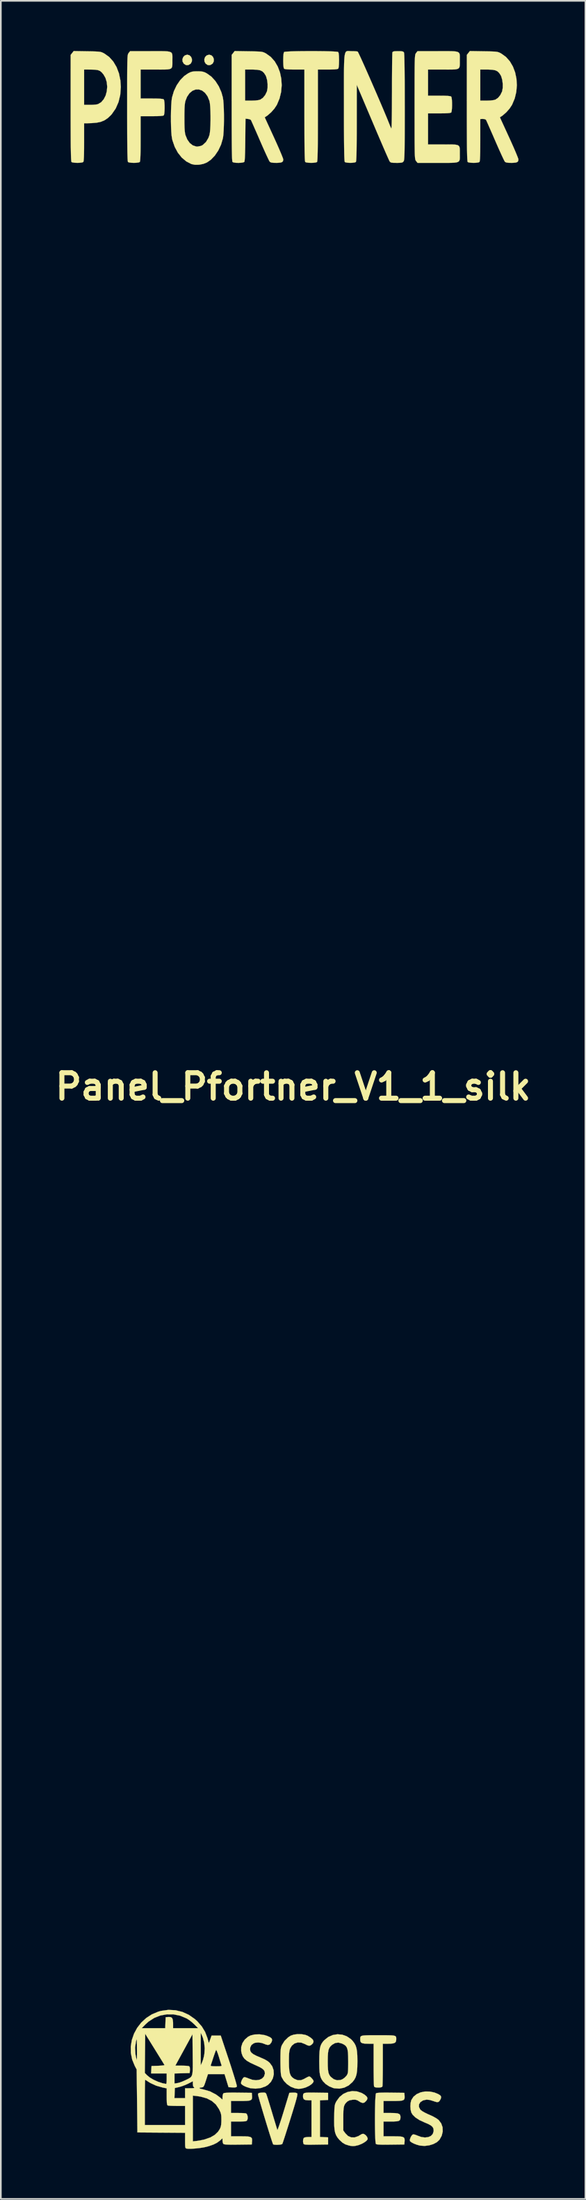
<source format=kicad_pcb>
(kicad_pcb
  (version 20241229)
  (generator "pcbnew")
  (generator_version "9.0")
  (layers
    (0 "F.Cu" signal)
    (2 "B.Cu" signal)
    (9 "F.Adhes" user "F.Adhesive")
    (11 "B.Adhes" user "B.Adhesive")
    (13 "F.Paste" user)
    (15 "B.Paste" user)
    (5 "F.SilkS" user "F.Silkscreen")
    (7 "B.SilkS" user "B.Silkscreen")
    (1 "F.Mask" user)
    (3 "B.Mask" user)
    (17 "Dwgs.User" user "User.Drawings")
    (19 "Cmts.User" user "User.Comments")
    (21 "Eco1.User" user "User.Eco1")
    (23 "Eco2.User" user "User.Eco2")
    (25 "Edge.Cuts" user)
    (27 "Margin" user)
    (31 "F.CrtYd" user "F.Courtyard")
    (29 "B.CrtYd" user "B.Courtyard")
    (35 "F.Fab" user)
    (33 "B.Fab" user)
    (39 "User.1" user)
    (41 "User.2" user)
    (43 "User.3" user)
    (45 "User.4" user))
  (footprint "Panel_Pfortner_V1_1_silk"
    (layer "F.Cu")
    (at 14.522 62.033)
    (property "Reference" "Panel_Pfortner_V1_1_silk" (at 0 0 0) (layer "F.SilkS") (effects (font (size 1.524 1.524) (thickness 0.3))))
    (attr through_hole)
    (fp_poly (pts (xy -6.213 -61.77) (xy -6.118 -61.677) (xy -6.067 -61.55) (xy -6.068 -61.413) (xy -6.129 -61.288) (xy -6.152 -61.264) (xy -6.286 -61.185) (xy -6.425 -61.186) (xy -6.552 -61.267) (xy -6.554 -61.27) (xy -6.628 -61.399) (xy -6.636 -61.539) (xy -6.587 -61.669) (xy -6.491 -61.765) (xy -6.356 -61.806) (xy -6.344 -61.807) (xy -6.213 -61.77)) (stroke (width 0.01) (type solid)) (fill yes) (layer "F.SilkS"))
    (fp_poly (pts (xy -4.901 -61.77) (xy -4.806 -61.677) (xy -4.755 -61.55) (xy -4.756 -61.413) (xy -4.817 -61.288) (xy -4.839 -61.264) (xy -4.974 -61.185) (xy -5.113 -61.186) (xy -5.24 -61.267) (xy -5.242 -61.27) (xy -5.315 -61.399) (xy -5.323 -61.539) (xy -5.275 -61.669) (xy -5.179 -61.765) (xy -5.044 -61.806) (xy -5.032 -61.807) (xy -4.901 -61.77)) (stroke (width 0.01) (type solid)) (fill yes) (layer "F.SilkS"))
    (fp_poly (pts (xy 1.259 60.248) (xy 1.379 60.25) (xy 2.095 60.261) (xy 2.095 60.685) (xy 1.852 60.698) (xy 1.609 60.71) (xy 1.609 62.903) (xy 1.852 62.916) (xy 2.095 62.928) (xy 2.095 63.352) (xy 1.37 63.363) (xy 1.103 63.367) (xy 0.908 63.367) (xy 0.775 63.362) (xy 0.69 63.352) (xy 0.643 63.336) (xy 0.621 63.312) (xy 0.619 63.307) (xy 0.594 63.183) (xy 0.602 63.055) (xy 0.638 62.964) (xy 0.643 62.958) (xy 0.714 62.928) (xy 0.833 62.91) (xy 0.897 62.907) (xy 1.101 62.907) (xy 1.101 60.706) (xy 0.897 60.706) (xy 0.735 60.692) (xy 0.639 60.642) (xy 0.598 60.547) (xy 0.593 60.475) (xy 0.596 60.392) (xy 0.61 60.331) (xy 0.648 60.289) (xy 0.72 60.263) (xy 0.839 60.25) (xy 1.014 60.246) (xy 1.259 60.248)) (stroke (width 0.01) (type solid)) (fill yes) (layer "F.SilkS"))
    (fp_poly (pts (xy 5.033 56.811) (xy 5.101 56.811) (xy 5.431 56.811) (xy 5.686 56.813) (xy 5.875 56.818) (xy 6.009 56.829) (xy 6.097 56.849) (xy 6.148 56.879) (xy 6.173 56.922) (xy 6.181 56.981) (xy 6.181 57.056) (xy 6.181 57.066) (xy 6.165 57.179) (xy 6.11 57.255) (xy 6.003 57.298) (xy 5.831 57.317) (xy 5.712 57.319) (xy 5.376 57.319) (xy 5.376 58.565) (xy 5.375 58.884) (xy 5.373 59.177) (xy 5.369 59.433) (xy 5.365 59.642) (xy 5.359 59.791) (xy 5.352 59.869) (xy 5.351 59.877) (xy 5.307 59.92) (xy 5.208 59.94) (xy 5.101 59.944) (xy 4.955 59.936) (xy 4.876 59.909) (xy 4.852 59.877) (xy 4.845 59.819) (xy 4.839 59.687) (xy 4.834 59.494) (xy 4.83 59.249) (xy 4.827 58.964) (xy 4.826 58.651) (xy 4.826 58.565) (xy 4.826 57.319) (xy 4.506 57.319) (xy 4.293 57.313) (xy 4.151 57.289) (xy 4.067 57.242) (xy 4.029 57.166) (xy 4.022 57.088) (xy 4.021 57.004) (xy 4.027 56.938) (xy 4.047 56.89) (xy 4.093 56.855) (xy 4.173 56.833) (xy 4.298 56.82) (xy 4.476 56.813) (xy 4.718 56.811) (xy 5.033 56.811)) (stroke (width 0.01) (type solid)) (fill yes) (layer "F.SilkS"))
    (fp_poly (pts (xy 5.847 60.25) (xy 6.668 60.261) (xy 6.681 60.45) (xy 6.683 60.559) (xy 6.665 60.638) (xy 6.615 60.691) (xy 6.522 60.724) (xy 6.375 60.741) (xy 6.161 60.748) (xy 5.982 60.748) (xy 5.419 60.748) (xy 5.419 61.468) (xy 5.86 61.468) (xy 6.095 61.473) (xy 6.257 61.491) (xy 6.359 61.528) (xy 6.414 61.588) (xy 6.434 61.677) (xy 6.435 61.707) (xy 6.428 61.817) (xy 6.4 61.892) (xy 6.336 61.939) (xy 6.224 61.965) (xy 6.051 61.975) (xy 5.883 61.976) (xy 5.419 61.976) (xy 5.419 62.865) (xy 5.982 62.865) (xy 6.244 62.867) (xy 6.434 62.877) (xy 6.561 62.899) (xy 6.637 62.939) (xy 6.675 63) (xy 6.684 63.089) (xy 6.681 63.163) (xy 6.668 63.352) (xy 5.841 63.363) (xy 5.528 63.366) (xy 5.292 63.364) (xy 5.125 63.357) (xy 5.019 63.345) (xy 4.966 63.326) (xy 4.962 63.323) (xy 4.947 63.266) (xy 4.933 63.137) (xy 4.923 62.947) (xy 4.915 62.709) (xy 4.909 62.434) (xy 4.906 62.135) (xy 4.905 61.823) (xy 4.907 61.51) (xy 4.911 61.209) (xy 4.918 60.931) (xy 4.926 60.688) (xy 4.938 60.492) (xy 4.951 60.356) (xy 4.967 60.29) (xy 4.969 60.287) (xy 5.028 60.268) (xy 5.156 60.256) (xy 5.357 60.249) (xy 5.635 60.248) (xy 5.847 60.25)) (stroke (width 0.01) (type solid)) (fill yes) (layer "F.SilkS"))
    (fp_poly (pts (xy -1.666 60.261) (xy -1.624 60.302) (xy -1.609 60.333) (xy -1.585 60.4) (xy -1.541 60.536) (xy -1.481 60.727) (xy -1.409 60.963) (xy -1.327 61.23) (xy -1.268 61.426) (xy -1.185 61.704) (xy -1.108 61.958) (xy -1.042 62.175) (xy -0.991 62.344) (xy -0.958 62.451) (xy -0.947 62.484) (xy -0.929 62.462) (xy -0.891 62.368) (xy -0.835 62.212) (xy -0.765 62.003) (xy -0.683 61.752) (xy -0.594 61.466) (xy -0.575 61.404) (xy -0.227 60.261) (xy -0.015 60.249) (xy 0.151 60.253) (xy 0.242 60.29) (xy 0.247 60.296) (xy 0.255 60.329) (xy 0.249 60.396) (xy 0.227 60.505) (xy 0.187 60.663) (xy 0.127 60.875) (xy 0.045 61.149) (xy -0.06 61.491) (xy -0.16 61.811) (xy -0.266 62.148) (xy -0.365 62.46) (xy -0.454 62.738) (xy -0.53 62.973) (xy -0.59 63.154) (xy -0.631 63.273) (xy -0.649 63.32) (xy -0.705 63.347) (xy -0.814 63.365) (xy -0.948 63.373) (xy -1.077 63.371) (xy -1.171 63.357) (xy -1.2 63.341) (xy -1.224 63.282) (xy -1.269 63.154) (xy -1.329 62.968) (xy -1.403 62.737) (xy -1.486 62.47) (xy -1.576 62.18) (xy -1.668 61.877) (xy -1.76 61.574) (xy -1.848 61.28) (xy -1.928 61.007) (xy -1.998 60.768) (xy -2.053 60.572) (xy -2.091 60.431) (xy -2.107 60.356) (xy -2.108 60.348) (xy -2.087 60.296) (xy -2.029 60.266) (xy -1.913 60.251) (xy -1.873 60.249) (xy -1.74 60.245) (xy -1.666 60.261)) (stroke (width 0.01) (type solid)) (fill yes) (layer "F.SilkS"))
    (fp_poly (pts (xy 1.3 -62.022) (xy 1.616 -62.019) (xy 1.913 -62.015) (xy 2.178 -62.008) (xy 2.402 -62) (xy 2.571 -61.989) (xy 2.674 -61.977) (xy 2.701 -61.968) (xy 2.728 -61.895) (xy 2.745 -61.742) (xy 2.752 -61.513) (xy 2.752 -61.468) (xy 2.746 -61.227) (xy 2.731 -61.061) (xy 2.706 -60.975) (xy 2.701 -60.968) (xy 2.636 -60.945) (xy 2.496 -60.928) (xy 2.277 -60.92) (xy 2.066 -60.918) (xy 1.482 -60.918) (xy 1.482 -58.174) (xy 1.481 -57.59) (xy 1.48 -57.086) (xy 1.478 -56.657) (xy 1.475 -56.299) (xy 1.471 -56.007) (xy 1.465 -55.777) (xy 1.459 -55.604) (xy 1.451 -55.483) (xy 1.441 -55.41) (xy 1.431 -55.38) (xy 1.361 -55.353) (xy 1.227 -55.335) (xy 1.079 -55.33) (xy 0.909 -55.337) (xy 0.783 -55.356) (xy 0.728 -55.38) (xy 0.717 -55.412) (xy 0.708 -55.487) (xy 0.7 -55.61) (xy 0.694 -55.786) (xy 0.688 -56.019) (xy 0.684 -56.313) (xy 0.681 -56.674) (xy 0.679 -57.106) (xy 0.678 -57.614) (xy 0.677 -58.174) (xy 0.677 -60.918) (xy 0.093 -60.918) (xy -0.185 -60.921) (xy -0.383 -60.932) (xy -0.502 -60.95) (xy -0.542 -60.968) (xy -0.569 -61.041) (xy -0.586 -61.194) (xy -0.593 -61.423) (xy -0.593 -61.468) (xy -0.587 -61.709) (xy -0.572 -61.875) (xy -0.547 -61.961) (xy -0.542 -61.968) (xy -0.487 -61.981) (xy -0.358 -61.993) (xy -0.168 -62.003) (xy 0.072 -62.011) (xy 0.35 -62.017) (xy 0.655 -62.02) (xy 0.975 -62.022) (xy 1.3 -62.022)) (stroke (width 0.01) (type solid)) (fill yes) (layer "F.SilkS"))
    (fp_poly (pts (xy 3.836 60.177) (xy 4.115 60.272) (xy 4.279 60.369) (xy 4.404 60.476) (xy 4.455 60.569) (xy 4.433 60.666) (xy 4.378 60.745) (xy 4.276 60.841) (xy 4.175 60.868) (xy 4.053 60.829) (xy 3.949 60.766) (xy 3.833 60.698) (xy 3.722 60.671) (xy 3.574 60.673) (xy 3.566 60.674) (xy 3.387 60.706) (xy 3.259 60.773) (xy 3.234 60.794) (xy 3.154 60.875) (xy 3.095 60.957) (xy 3.054 61.053) (xy 3.028 61.178) (xy 3.013 61.347) (xy 3.007 61.574) (xy 3.006 61.819) (xy 3.006 62.514) (xy 3.13 62.685) (xy 3.29 62.845) (xy 3.479 62.927) (xy 3.687 62.931) (xy 3.906 62.855) (xy 4.003 62.797) (xy 4.115 62.731) (xy 4.196 62.714) (xy 4.259 62.733) (xy 4.361 62.806) (xy 4.437 62.907) (xy 4.47 63.008) (xy 4.464 63.046) (xy 4.399 63.129) (xy 4.276 63.223) (xy 4.118 63.311) (xy 3.949 63.381) (xy 3.884 63.401) (xy 3.712 63.44) (xy 3.576 63.45) (xy 3.435 63.434) (xy 3.332 63.411) (xy 3.129 63.346) (xy 2.958 63.245) (xy 2.789 63.09) (xy 2.762 63.062) (xy 2.656 62.933) (xy 2.576 62.8) (xy 2.519 62.647) (xy 2.483 62.462) (xy 2.464 62.23) (xy 2.459 61.937) (xy 2.462 61.686) (xy 2.468 61.425) (xy 2.475 61.233) (xy 2.486 61.093) (xy 2.502 60.991) (xy 2.526 60.908) (xy 2.561 60.831) (xy 2.602 60.756) (xy 2.782 60.51) (xy 3.009 60.325) (xy 3.27 60.207) (xy 3.55 60.156) (xy 3.836 60.177)) (stroke (width 0.01) (type solid)) (fill yes) (layer "F.SilkS"))
    (fp_poly (pts (xy 0.509 56.75) (xy 0.731 56.789) (xy 0.868 56.843) (xy 1.065 56.966) (xy 1.183 57.077) (xy 1.224 57.18) (xy 1.192 57.283) (xy 1.13 57.354) (xy 1.039 57.422) (xy 0.95 57.44) (xy 0.838 57.406) (xy 0.713 57.341) (xy 0.491 57.254) (xy 0.277 57.242) (xy 0.083 57.304) (xy -0.076 57.434) (xy -0.171 57.585) (xy -0.204 57.672) (xy -0.227 57.771) (xy -0.242 57.901) (xy -0.25 58.077) (xy -0.253 58.318) (xy -0.253 58.375) (xy -0.249 58.682) (xy -0.231 58.918) (xy -0.196 59.096) (xy -0.141 59.229) (xy -0.06 59.33) (xy 0.051 59.411) (xy 0.08 59.428) (xy 0.277 59.507) (xy 0.462 59.506) (xy 0.635 59.439) (xy 0.794 59.351) (xy 0.897 59.299) (xy 0.963 59.28) (xy 1.011 59.292) (xy 1.059 59.332) (xy 1.101 59.373) (xy 1.182 59.467) (xy 1.225 59.551) (xy 1.228 59.568) (xy 1.19 59.654) (xy 1.091 59.752) (xy 0.948 59.847) (xy 0.78 59.927) (xy 0.681 59.961) (xy 0.483 60.008) (xy 0.325 60.021) (xy 0.167 60.003) (xy 0.102 59.989) (xy -0.144 59.893) (xy -0.37 59.738) (xy -0.558 59.542) (xy -0.688 59.321) (xy -0.718 59.234) (xy -0.732 59.14) (xy -0.745 58.978) (xy -0.754 58.768) (xy -0.76 58.526) (xy -0.761 58.335) (xy -0.76 58.059) (xy -0.755 57.853) (xy -0.747 57.701) (xy -0.733 57.588) (xy -0.711 57.5) (xy -0.681 57.421) (xy -0.674 57.404) (xy -0.514 57.147) (xy -0.295 56.934) (xy -0.148 56.84) (xy 0.038 56.775) (xy 0.268 56.745) (xy 0.509 56.75)) (stroke (width 0.01) (type solid)) (fill yes) (layer "F.SilkS"))
    (fp_poly (pts (xy -1.72 56.801) (xy -1.556 56.852) (xy -1.384 56.929) (xy -1.287 57.006) (xy -1.259 57.095) (xy -1.29 57.209) (xy -1.304 57.239) (xy -1.393 57.356) (xy -1.507 57.396) (xy -1.654 57.36) (xy -1.693 57.341) (xy -1.883 57.272) (xy -2.088 57.245) (xy -2.275 57.262) (xy -2.362 57.294) (xy -2.502 57.398) (xy -2.571 57.539) (xy -2.582 57.657) (xy -2.564 57.763) (xy -2.501 57.856) (xy -2.385 57.947) (xy -2.206 58.041) (xy -1.973 58.14) (xy -1.72 58.251) (xy -1.533 58.358) (xy -1.404 58.465) (xy -1.252 58.672) (xy -1.172 58.904) (xy -1.159 59.146) (xy -1.213 59.384) (xy -1.329 59.6) (xy -1.505 59.781) (xy -1.657 59.875) (xy -1.942 59.973) (xy -2.253 60.01) (xy -2.556 59.983) (xy -2.603 59.972) (xy -2.808 59.907) (xy -2.974 59.831) (xy -3.085 59.753) (xy -3.12 59.705) (xy -3.118 59.619) (xy -3.078 59.504) (xy -3.017 59.396) (xy -2.952 59.329) (xy -2.943 59.325) (xy -2.871 59.328) (xy -2.757 59.364) (xy -2.688 59.394) (xy -2.453 59.479) (xy -2.229 59.507) (xy -2.029 59.482) (xy -1.865 59.407) (xy -1.75 59.288) (xy -1.696 59.126) (xy -1.693 59.078) (xy -1.709 58.976) (xy -1.764 58.885) (xy -1.868 58.798) (xy -2.033 58.705) (xy -2.267 58.597) (xy -2.283 58.591) (xy -2.562 58.462) (xy -2.77 58.341) (xy -2.919 58.215) (xy -3.019 58.074) (xy -3.083 57.906) (xy -3.114 57.759) (xy -3.112 57.516) (xy -3.037 57.28) (xy -2.898 57.071) (xy -2.706 56.905) (xy -2.548 56.824) (xy -2.297 56.765) (xy -2.011 56.757) (xy -1.72 56.801)) (stroke (width 0.01) (type solid)) (fill yes) (layer "F.SilkS"))
    (fp_poly (pts (xy -12.345 -62.011) (xy -12.064 -62.006) (xy -11.854 -62) (xy -11.699 -61.992) (xy -11.587 -61.98) (xy -11.501 -61.961) (xy -11.429 -61.934) (xy -11.355 -61.897) (xy -11.309 -61.872) (xy -11.023 -61.666) (xy -10.78 -61.394) (xy -10.585 -61.065) (xy -10.442 -60.688) (xy -10.356 -60.271) (xy -10.33 -59.877) (xy -10.364 -59.405) (xy -10.467 -58.973) (xy -10.636 -58.586) (xy -10.869 -58.25) (xy -10.932 -58.18) (xy -11.116 -58.007) (xy -11.306 -57.88) (xy -11.519 -57.791) (xy -11.771 -57.736) (xy -12.079 -57.709) (xy -12.287 -57.703) (xy -12.531 -57.7) (xy -12.531 -56.566) (xy -12.532 -56.192) (xy -12.536 -55.897) (xy -12.542 -55.675) (xy -12.552 -55.519) (xy -12.565 -55.422) (xy -12.581 -55.38) (xy -12.652 -55.353) (xy -12.785 -55.335) (xy -12.933 -55.33) (xy -13.104 -55.337) (xy -13.229 -55.356) (xy -13.284 -55.38) (xy -13.294 -55.411) (xy -13.303 -55.484) (xy -13.311 -55.603) (xy -13.317 -55.773) (xy -13.322 -55.999) (xy -13.327 -56.284) (xy -13.33 -56.634) (xy -13.332 -57.051) (xy -13.334 -57.541) (xy -13.335 -58.108) (xy -13.335 -58.613) (xy -13.335 -58.801) (xy -12.531 -58.801) (xy -12.174 -58.801) (xy -11.992 -58.806) (xy -11.829 -58.82) (xy -11.715 -58.841) (xy -11.697 -58.846) (xy -11.506 -58.961) (xy -11.353 -59.139) (xy -11.239 -59.362) (xy -11.169 -59.617) (xy -11.145 -59.887) (xy -11.171 -60.158) (xy -11.248 -60.414) (xy -11.364 -60.618) (xy -11.47 -60.747) (xy -11.577 -60.833) (xy -11.704 -60.885) (xy -11.873 -60.91) (xy -12.104 -60.917) (xy -12.118 -60.917) (xy -12.531 -60.918) (xy -12.531 -58.801) (xy -13.335 -58.801) (xy -13.335 -61.795) (xy -13.245 -61.91) (xy -13.155 -62.025) (xy -12.345 -62.011)) (stroke (width 0.01) (type solid)) (fill yes) (layer "F.SilkS"))
    (fp_poly (pts (xy 8.187 60.183) (xy 8.474 60.243) (xy 8.691 60.332) (xy 8.819 60.411) (xy 8.872 60.49) (xy 8.86 60.589) (xy 8.827 60.662) (xy 8.763 60.764) (xy 8.691 60.812) (xy 8.59 60.811) (xy 8.438 60.765) (xy 8.404 60.752) (xy 8.179 60.684) (xy 7.994 60.668) (xy 7.822 60.704) (xy 7.77 60.724) (xy 7.623 60.822) (xy 7.546 60.954) (xy 7.542 61.103) (xy 7.614 61.252) (xy 7.652 61.294) (xy 7.741 61.36) (xy 7.886 61.443) (xy 8.063 61.53) (xy 8.168 61.575) (xy 8.397 61.681) (xy 8.59 61.789) (xy 8.722 61.889) (xy 8.724 61.89) (xy 8.876 62.09) (xy 8.958 62.323) (xy 8.968 62.573) (xy 8.908 62.827) (xy 8.775 63.067) (xy 8.772 63.071) (xy 8.618 63.216) (xy 8.405 63.329) (xy 8.154 63.406) (xy 7.887 63.439) (xy 7.625 63.422) (xy 7.589 63.415) (xy 7.412 63.367) (xy 7.243 63.302) (xy 7.104 63.231) (xy 7.016 63.164) (xy 7 63.138) (xy 7 63.049) (xy 7.041 62.931) (xy 7.104 62.821) (xy 7.174 62.754) (xy 7.18 62.752) (xy 7.256 62.754) (xy 7.372 62.789) (xy 7.434 62.816) (xy 7.674 62.905) (xy 7.9 62.936) (xy 8.099 62.913) (xy 8.26 62.841) (xy 8.372 62.721) (xy 8.423 62.558) (xy 8.424 62.516) (xy 8.409 62.398) (xy 8.356 62.3) (xy 8.254 62.212) (xy 8.092 62.123) (xy 7.862 62.026) (xy 7.57 61.891) (xy 7.334 61.736) (xy 7.164 61.571) (xy 7.085 61.44) (xy 7.044 61.275) (xy 7.029 61.07) (xy 7.043 60.865) (xy 7.083 60.699) (xy 7.086 60.694) (xy 7.215 60.494) (xy 7.403 60.34) (xy 7.637 60.234) (xy 7.903 60.181) (xy 8.187 60.183)) (stroke (width 0.01) (type solid)) (fill yes) (layer "F.SilkS"))
    (fp_poly (pts (xy -7.889 -62.019) (xy -7.663 -62.014) (xy -7.497 -62.001) (xy -7.38 -61.976) (xy -7.304 -61.936) (xy -7.261 -61.877) (xy -7.241 -61.794) (xy -7.237 -61.686) (xy -7.238 -61.547) (xy -7.239 -61.468) (xy -7.238 -61.294) (xy -7.242 -61.16) (xy -7.26 -61.063) (xy -7.303 -60.995) (xy -7.38 -60.953) (xy -7.503 -60.929) (xy -7.679 -60.919) (xy -7.921 -60.917) (xy -8.235 -60.918) (xy -9.144 -60.918) (xy -9.144 -59.182) (xy -8.475 -59.182) (xy -8.182 -59.179) (xy -7.968 -59.171) (xy -7.829 -59.156) (xy -7.76 -59.135) (xy -7.755 -59.131) (xy -7.731 -59.064) (xy -7.714 -58.936) (xy -7.705 -58.77) (xy -7.704 -58.589) (xy -7.711 -58.416) (xy -7.725 -58.274) (xy -7.747 -58.187) (xy -7.755 -58.174) (xy -7.814 -58.152) (xy -7.942 -58.137) (xy -8.143 -58.127) (xy -8.424 -58.124) (xy -8.475 -58.124) (xy -9.144 -58.124) (xy -9.144 -56.777) (xy -9.145 -56.371) (xy -9.148 -56.043) (xy -9.153 -55.788) (xy -9.161 -55.6) (xy -9.171 -55.473) (xy -9.185 -55.401) (xy -9.195 -55.38) (xy -9.265 -55.353) (xy -9.399 -55.335) (xy -9.546 -55.33) (xy -9.717 -55.337) (xy -9.843 -55.356) (xy -9.898 -55.38) (xy -9.908 -55.411) (xy -9.916 -55.484) (xy -9.924 -55.603) (xy -9.93 -55.773) (xy -9.936 -55.999) (xy -9.94 -56.284) (xy -9.943 -56.634) (xy -9.946 -57.051) (xy -9.947 -57.541) (xy -9.948 -58.108) (xy -9.948 -58.613) (xy -9.948 -59.208) (xy -9.948 -59.723) (xy -9.948 -60.166) (xy -9.947 -60.541) (xy -9.945 -60.856) (xy -9.942 -61.114) (xy -9.939 -61.323) (xy -9.934 -61.489) (xy -9.929 -61.616) (xy -9.921 -61.711) (xy -9.913 -61.78) (xy -9.902 -61.828) (xy -9.89 -61.862) (xy -9.875 -61.887) (xy -9.861 -61.907) (xy -9.773 -62.018) (xy -8.55 -62.018) (xy -8.181 -62.019) (xy -7.889 -62.019)) (stroke (width 0.01) (type solid)) (fill yes) (layer "F.SilkS"))
    (fp_poly (pts (xy 2.942 56.778) (xy 3.213 56.874) (xy 3.458 57.04) (xy 3.558 57.141) (xy 3.662 57.275) (xy 3.74 57.416) (xy 3.794 57.578) (xy 3.828 57.778) (xy 3.847 58.031) (xy 3.852 58.352) (xy 3.852 58.378) (xy 3.847 58.703) (xy 3.83 58.96) (xy 3.797 59.163) (xy 3.745 59.328) (xy 3.669 59.47) (xy 3.567 59.604) (xy 3.556 59.617) (xy 3.326 59.819) (xy 3.06 59.951) (xy 2.772 60.009) (xy 2.476 59.989) (xy 2.404 59.971) (xy 2.163 59.873) (xy 1.943 59.726) (xy 1.783 59.561) (xy 1.707 59.446) (xy 1.651 59.326) (xy 1.611 59.187) (xy 1.586 59.012) (xy 1.572 58.788) (xy 1.567 58.5) (xy 1.566 58.38) (xy 1.566 58.374) (xy 2.074 58.374) (xy 2.077 58.654) (xy 2.089 58.865) (xy 2.111 59.022) (xy 2.148 59.141) (xy 2.201 59.236) (xy 2.257 59.304) (xy 2.435 59.444) (xy 2.634 59.508) (xy 2.841 59.492) (xy 2.964 59.442) (xy 3.09 59.351) (xy 3.2 59.235) (xy 3.207 59.224) (xy 3.242 59.167) (xy 3.268 59.107) (xy 3.285 59.028) (xy 3.295 58.916) (xy 3.3 58.756) (xy 3.302 58.535) (xy 3.302 58.387) (xy 3.299 58.08) (xy 3.287 57.846) (xy 3.261 57.671) (xy 3.218 57.542) (xy 3.153 57.449) (xy 3.062 57.377) (xy 2.94 57.314) (xy 2.931 57.31) (xy 2.719 57.251) (xy 2.525 57.274) (xy 2.34 57.38) (xy 2.324 57.393) (xy 2.232 57.481) (xy 2.166 57.578) (xy 2.12 57.697) (xy 2.093 57.855) (xy 2.079 58.067) (xy 2.074 58.346) (xy 2.074 58.374) (xy 1.566 58.374) (xy 1.57 58.054) (xy 1.582 57.798) (xy 1.607 57.598) (xy 1.648 57.44) (xy 1.708 57.31) (xy 1.791 57.193) (xy 1.87 57.105) (xy 2.108 56.916) (xy 2.375 56.799) (xy 2.658 56.753) (xy 2.942 56.778)) (stroke (width 0.01) (type solid)) (fill yes) (layer "F.SilkS"))
    (fp_poly (pts (xy -5.551 -60.808) (xy -5.417 -60.79) (xy -5.301 -60.752) (xy -5.171 -60.686) (xy -5.171 -60.686) (xy -4.902 -60.493) (xy -4.661 -60.23) (xy -4.457 -59.913) (xy -4.3 -59.555) (xy -4.213 -59.244) (xy -4.188 -59.073) (xy -4.169 -58.835) (xy -4.156 -58.549) (xy -4.149 -58.232) (xy -4.148 -57.904) (xy -4.153 -57.583) (xy -4.164 -57.285) (xy -4.181 -57.03) (xy -4.204 -56.836) (xy -4.213 -56.791) (xy -4.323 -56.417) (xy -4.487 -56.07) (xy -4.693 -55.765) (xy -4.933 -55.516) (xy -5.167 -55.354) (xy -5.391 -55.265) (xy -5.643 -55.217) (xy -5.892 -55.215) (xy -6.101 -55.259) (xy -6.404 -55.416) (xy -6.676 -55.645) (xy -6.909 -55.937) (xy -7.096 -56.282) (xy -7.231 -56.67) (xy -7.26 -56.791) (xy -7.285 -56.963) (xy -7.304 -57.201) (xy -7.317 -57.487) (xy -7.324 -57.803) (xy -7.324 -58.018) (xy -6.519 -58.018) (xy -6.517 -57.685) (xy -6.51 -57.426) (xy -6.496 -57.229) (xy -6.477 -57.082) (xy -6.456 -56.995) (xy -6.346 -56.727) (xy -6.198 -56.518) (xy -6.017 -56.377) (xy -5.812 -56.308) (xy -5.736 -56.303) (xy -5.525 -56.343) (xy -5.415 -56.4) (xy -5.223 -56.579) (xy -5.077 -56.827) (xy -5.016 -56.995) (xy -4.99 -57.134) (xy -4.97 -57.339) (xy -4.957 -57.59) (xy -4.95 -57.87) (xy -4.95 -58.159) (xy -4.957 -58.439) (xy -4.97 -58.692) (xy -4.989 -58.898) (xy -5.015 -59.038) (xy -5.016 -59.04) (xy -5.131 -59.317) (xy -5.282 -59.524) (xy -5.458 -59.66) (xy -5.65 -59.726) (xy -5.847 -59.722) (xy -6.038 -59.647) (xy -6.212 -59.502) (xy -6.359 -59.286) (xy -6.456 -59.04) (xy -6.482 -58.926) (xy -6.5 -58.769) (xy -6.512 -58.559) (xy -6.518 -58.285) (xy -6.519 -58.018) (xy -7.324 -58.018) (xy -7.325 -58.131) (xy -7.32 -58.453) (xy -7.308 -58.75) (xy -7.291 -59.005) (xy -7.268 -59.199) (xy -7.26 -59.244) (xy -7.147 -59.625) (xy -6.98 -59.976) (xy -6.769 -60.284) (xy -6.522 -60.535) (xy -6.301 -60.686) (xy -6.171 -60.752) (xy -6.056 -60.79) (xy -5.922 -60.808) (xy -5.736 -60.812) (xy -5.736 -60.812) (xy -5.551 -60.808)) (stroke (width 0.01) (type solid)) (fill yes) (layer "F.SilkS"))
    (fp_poly (pts (xy 9.341 -62.019) (xy 9.566 -62.014) (xy 9.733 -62.001) (xy 9.85 -61.976) (xy 9.926 -61.936) (xy 9.969 -61.877) (xy 9.989 -61.794) (xy 9.993 -61.686) (xy 9.991 -61.547) (xy 9.991 -61.468) (xy 9.992 -61.294) (xy 9.988 -61.16) (xy 9.97 -61.063) (xy 9.927 -60.995) (xy 9.849 -60.953) (xy 9.727 -60.929) (xy 9.55 -60.919) (xy 9.309 -60.917) (xy 8.994 -60.918) (xy 8.086 -60.918) (xy 8.086 -59.351) (xy 8.755 -59.351) (xy 9.048 -59.349) (xy 9.262 -59.34) (xy 9.401 -59.325) (xy 9.469 -59.304) (xy 9.474 -59.301) (xy 9.499 -59.234) (xy 9.516 -59.106) (xy 9.525 -58.939) (xy 9.526 -58.758) (xy 9.519 -58.585) (xy 9.505 -58.443) (xy 9.482 -58.356) (xy 9.474 -58.344) (xy 9.416 -58.322) (xy 9.288 -58.306) (xy 9.086 -58.297) (xy 8.805 -58.293) (xy 8.755 -58.293) (xy 8.086 -58.293) (xy 8.086 -56.43) (xy 8.994 -56.43) (xy 9.31 -56.431) (xy 9.551 -56.429) (xy 9.728 -56.419) (xy 9.85 -56.395) (xy 9.927 -56.352) (xy 9.97 -56.285) (xy 9.988 -56.187) (xy 9.992 -56.054) (xy 9.991 -55.88) (xy 9.992 -55.725) (xy 9.992 -55.602) (xy 9.981 -55.508) (xy 9.95 -55.438) (xy 9.891 -55.389) (xy 9.795 -55.357) (xy 9.653 -55.339) (xy 9.457 -55.331) (xy 9.198 -55.329) (xy 8.867 -55.329) (xy 8.68 -55.33) (xy 7.457 -55.33) (xy 7.369 -55.441) (xy 7.353 -55.464) (xy 7.338 -55.49) (xy 7.326 -55.525) (xy 7.316 -55.576) (xy 7.307 -55.648) (xy 7.3 -55.748) (xy 7.294 -55.881) (xy 7.29 -56.052) (xy 7.287 -56.269) (xy 7.284 -56.536) (xy 7.283 -56.86) (xy 7.282 -57.247) (xy 7.282 -57.702) (xy 7.281 -58.232) (xy 7.281 -58.674) (xy 7.281 -59.262) (xy 7.282 -59.772) (xy 7.282 -60.209) (xy 7.283 -60.578) (xy 7.285 -60.887) (xy 7.287 -61.141) (xy 7.291 -61.345) (xy 7.296 -61.506) (xy 7.302 -61.629) (xy 7.309 -61.721) (xy 7.318 -61.787) (xy 7.329 -61.833) (xy 7.342 -61.866) (xy 7.357 -61.89) (xy 7.369 -61.907) (xy 7.457 -62.018) (xy 8.68 -62.018) (xy 9.048 -62.019) (xy 9.341 -62.019)) (stroke (width 0.01) (type solid)) (fill yes) (layer "F.SilkS"))
    (fp_poly (pts (xy -2.672 -62.011) (xy -2.387 -62.006) (xy -2.173 -62) (xy -2.015 -61.993) (xy -1.9 -61.981) (xy -1.814 -61.963) (xy -1.741 -61.937) (xy -1.67 -61.902) (xy -1.615 -61.872) (xy -1.338 -61.671) (xy -1.106 -61.41) (xy -0.923 -61.098) (xy -0.79 -60.748) (xy -0.711 -60.371) (xy -0.686 -59.978) (xy -0.72 -59.58) (xy -0.813 -59.19) (xy -0.969 -58.817) (xy -0.978 -58.799) (xy -1.125 -58.577) (xy -1.32 -58.357) (xy -1.533 -58.171) (xy -1.603 -58.122) (xy -1.704 -58.057) (xy -1.148 -56.847) (xy -1.011 -56.545) (xy -0.886 -56.265) (xy -0.778 -56.015) (xy -0.691 -55.807) (xy -0.629 -55.65) (xy -0.596 -55.555) (xy -0.593 -55.534) (xy -0.607 -55.439) (xy -0.658 -55.378) (xy -0.76 -55.344) (xy -0.926 -55.331) (xy -1.018 -55.33) (xy -1.197 -55.334) (xy -1.312 -55.35) (xy -1.382 -55.381) (xy -1.406 -55.404) (xy -1.439 -55.46) (xy -1.5 -55.584) (xy -1.586 -55.766) (xy -1.69 -55.994) (xy -1.809 -56.259) (xy -1.937 -56.551) (xy -1.986 -56.663) (xy -2.115 -56.961) (xy -2.235 -57.234) (xy -2.34 -57.473) (xy -2.426 -57.668) (xy -2.489 -57.809) (xy -2.525 -57.887) (xy -2.531 -57.897) (xy -2.59 -57.934) (xy -2.695 -57.959) (xy -2.709 -57.961) (xy -2.857 -57.975) (xy -2.869 -56.709) (xy -2.874 -56.28) (xy -2.882 -55.935) (xy -2.892 -55.674) (xy -2.905 -55.496) (xy -2.92 -55.401) (xy -2.927 -55.386) (xy -2.994 -55.356) (xy -3.118 -55.336) (xy -3.271 -55.329) (xy -3.426 -55.333) (xy -3.555 -55.35) (xy -3.63 -55.379) (xy -3.632 -55.38) (xy -3.642 -55.411) (xy -3.651 -55.484) (xy -3.659 -55.603) (xy -3.665 -55.773) (xy -3.67 -55.999) (xy -3.675 -56.284) (xy -3.678 -56.634) (xy -3.68 -57.051) (xy -3.682 -57.541) (xy -3.683 -58.108) (xy -3.683 -58.613) (xy -3.683 -60.918) (xy -2.879 -60.918) (xy -2.879 -59.055) (xy -2.496 -59.055) (xy -2.273 -59.063) (xy -2.089 -59.084) (xy -1.973 -59.114) (xy -1.816 -59.219) (xy -1.678 -59.386) (xy -1.576 -59.593) (xy -1.566 -59.622) (xy -1.531 -59.821) (xy -1.53 -60.057) (xy -1.56 -60.295) (xy -1.619 -60.502) (xy -1.653 -60.574) (xy -1.747 -60.716) (xy -1.851 -60.814) (xy -1.985 -60.875) (xy -2.164 -60.907) (xy -2.407 -60.918) (xy -2.45 -60.918) (xy -2.879 -60.918) (xy -3.683 -60.918) (xy -3.683 -61.795) (xy -3.593 -61.91) (xy -3.503 -62.025) (xy -2.672 -62.011)) (stroke (width 0.01) (type solid)) (fill yes) (layer "F.SilkS"))
    (fp_poly (pts (xy 11.425 -62.011) (xy 11.71 -62.006) (xy 11.924 -62) (xy 12.082 -61.993) (xy 12.197 -61.981) (xy 12.283 -61.963) (xy 12.356 -61.937) (xy 12.427 -61.902) (xy 12.482 -61.872) (xy 12.759 -61.671) (xy 12.991 -61.41) (xy 13.174 -61.098) (xy 13.307 -60.748) (xy 13.386 -60.371) (xy 13.411 -59.978) (xy 13.377 -59.58) (xy 13.284 -59.19) (xy 13.128 -58.817) (xy 13.119 -58.799) (xy 12.972 -58.577) (xy 12.777 -58.357) (xy 12.564 -58.171) (xy 12.494 -58.122) (xy 12.393 -58.057) (xy 12.949 -56.847) (xy 13.086 -56.545) (xy 13.211 -56.265) (xy 13.319 -56.015) (xy 13.406 -55.807) (xy 13.468 -55.65) (xy 13.501 -55.555) (xy 13.504 -55.534) (xy 13.49 -55.439) (xy 13.439 -55.378) (xy 13.337 -55.344) (xy 13.171 -55.331) (xy 13.079 -55.33) (xy 12.9 -55.334) (xy 12.785 -55.35) (xy 12.715 -55.381) (xy 12.691 -55.404) (xy 12.658 -55.46) (xy 12.597 -55.584) (xy 12.511 -55.766) (xy 12.407 -55.994) (xy 12.288 -56.259) (xy 12.16 -56.551) (xy 12.111 -56.663) (xy 11.982 -56.961) (xy 11.862 -57.234) (xy 11.757 -57.473) (xy 11.671 -57.668) (xy 11.608 -57.809) (xy 11.572 -57.887) (xy 11.566 -57.897) (xy 11.503 -57.945) (xy 11.385 -57.961) (xy 11.314 -57.959) (xy 11.218 -57.954) (xy 11.218 -56.693) (xy 11.217 -56.299) (xy 11.214 -55.985) (xy 11.208 -55.742) (xy 11.2 -55.567) (xy 11.188 -55.451) (xy 11.174 -55.391) (xy 11.168 -55.38) (xy 11.097 -55.353) (xy 10.964 -55.335) (xy 10.816 -55.33) (xy 10.645 -55.337) (xy 10.52 -55.356) (xy 10.465 -55.38) (xy 10.455 -55.411) (xy 10.446 -55.484) (xy 10.438 -55.603) (xy 10.432 -55.773) (xy 10.427 -55.999) (xy 10.422 -56.284) (xy 10.419 -56.634) (xy 10.417 -57.051) (xy 10.415 -57.541) (xy 10.414 -58.108) (xy 10.414 -58.613) (xy 10.414 -60.918) (xy 11.218 -60.918) (xy 11.218 -59.055) (xy 11.601 -59.055) (xy 11.824 -59.063) (xy 12.008 -59.084) (xy 12.124 -59.114) (xy 12.281 -59.219) (xy 12.419 -59.386) (xy 12.521 -59.593) (xy 12.531 -59.622) (xy 12.566 -59.821) (xy 12.567 -60.057) (xy 12.537 -60.295) (xy 12.478 -60.502) (xy 12.444 -60.574) (xy 12.35 -60.716) (xy 12.246 -60.814) (xy 12.112 -60.875) (xy 11.933 -60.907) (xy 11.69 -60.918) (xy 11.647 -60.918) (xy 11.218 -60.918) (xy 10.414 -60.918) (xy 10.414 -61.795) (xy 10.504 -61.91) (xy 10.594 -62.025) (xy 11.425 -62.011)) (stroke (width 0.01) (type solid)) (fill yes) (layer "F.SilkS"))
    (fp_poly (pts (xy 3.346 -62.026) (xy 3.419 -62.021) (xy 3.502 -62.018) (xy 3.503 -62.018) (xy 3.662 -62.015) (xy 3.793 -62.006) (xy 3.867 -61.994) (xy 3.868 -61.993) (xy 3.893 -61.952) (xy 3.948 -61.841) (xy 4.029 -61.67) (xy 4.132 -61.445) (xy 4.253 -61.176) (xy 4.389 -60.871) (xy 4.536 -60.538) (xy 4.69 -60.187) (xy 4.848 -59.824) (xy 5.007 -59.459) (xy 5.161 -59.1) (xy 5.309 -58.755) (xy 5.445 -58.434) (xy 5.567 -58.143) (xy 5.671 -57.892) (xy 5.753 -57.688) (xy 5.781 -57.616) (xy 5.832 -57.495) (xy 5.876 -57.406) (xy 5.891 -57.385) (xy 5.897 -57.418) (xy 5.904 -57.529) (xy 5.91 -57.709) (xy 5.915 -57.951) (xy 5.919 -58.247) (xy 5.923 -58.59) (xy 5.925 -58.973) (xy 5.926 -59.387) (xy 5.927 -59.615) (xy 5.927 -60.047) (xy 5.928 -60.454) (xy 5.931 -60.829) (xy 5.933 -61.164) (xy 5.937 -61.45) (xy 5.941 -61.679) (xy 5.945 -61.844) (xy 5.95 -61.936) (xy 5.952 -61.951) (xy 5.985 -61.988) (xy 6.06 -62.009) (xy 6.194 -62.017) (xy 6.29 -62.018) (xy 6.456 -62.015) (xy 6.557 -62.002) (xy 6.615 -61.975) (xy 6.645 -61.936) (xy 6.654 -61.875) (xy 6.663 -61.729) (xy 6.67 -61.5) (xy 6.676 -61.186) (xy 6.681 -60.789) (xy 6.685 -60.308) (xy 6.687 -59.745) (xy 6.688 -59.098) (xy 6.689 -58.686) (xy 6.689 -58.086) (xy 6.688 -57.565) (xy 6.687 -57.118) (xy 6.685 -56.738) (xy 6.683 -56.419) (xy 6.68 -56.158) (xy 6.676 -55.947) (xy 6.67 -55.78) (xy 6.664 -55.654) (xy 6.656 -55.56) (xy 6.647 -55.495) (xy 6.636 -55.452) (xy 6.624 -55.426) (xy 6.623 -55.424) (xy 6.582 -55.377) (xy 6.526 -55.349) (xy 6.434 -55.335) (xy 6.287 -55.33) (xy 6.2 -55.33) (xy 6.023 -55.332) (xy 5.911 -55.341) (xy 5.843 -55.362) (xy 5.8 -55.399) (xy 5.782 -55.425) (xy 5.754 -55.482) (xy 5.696 -55.609) (xy 5.612 -55.798) (xy 5.505 -56.042) (xy 5.379 -56.333) (xy 5.237 -56.663) (xy 5.082 -57.024) (xy 4.918 -57.409) (xy 4.875 -57.51) (xy 4.707 -57.906) (xy 4.546 -58.285) (xy 4.395 -58.64) (xy 4.258 -58.962) (xy 4.14 -59.242) (xy 4.042 -59.471) (xy 3.97 -59.641) (xy 3.926 -59.743) (xy 3.922 -59.754) (xy 3.813 -60.008) (xy 3.812 -57.719) (xy 3.811 -57.187) (xy 3.809 -56.734) (xy 3.806 -56.356) (xy 3.802 -56.048) (xy 3.796 -55.804) (xy 3.789 -55.621) (xy 3.781 -55.492) (xy 3.771 -55.414) (xy 3.759 -55.38) (xy 3.69 -55.353) (xy 3.56 -55.335) (xy 3.429 -55.33) (xy 3.269 -55.337) (xy 3.149 -55.357) (xy 3.099 -55.38) (xy 3.089 -55.411) (xy 3.08 -55.483) (xy 3.073 -55.603) (xy 3.066 -55.772) (xy 3.061 -55.998) (xy 3.057 -56.282) (xy 3.053 -56.63) (xy 3.051 -57.047) (xy 3.049 -57.535) (xy 3.048 -58.101) (xy 3.048 -58.655) (xy 3.048 -59.27) (xy 3.047 -59.806) (xy 3.047 -60.268) (xy 3.048 -60.662) (xy 3.051 -60.993) (xy 3.056 -61.266) (xy 3.065 -61.487) (xy 3.078 -61.661) (xy 3.096 -61.794) (xy 3.12 -61.891) (xy 3.149 -61.957) (xy 3.186 -61.998) (xy 3.231 -62.02) (xy 3.284 -62.028) (xy 3.346 -62.026)) (stroke (width 0.01) (type solid)) (fill yes) (layer "F.SilkS"))
    (fp_poly (pts (xy -7.051 55.314) (xy -6.637 55.415) (xy -6.246 55.594) (xy -5.887 55.846) (xy -5.736 55.985) (xy -5.472 56.29) (xy -5.278 56.611) (xy -5.14 56.974) (xy -5.123 57.033) (xy -5.053 57.289) (xy -4.888 56.833) (xy -4.339 56.833) (xy -3.842 58.323) (xy -3.73 58.663) (xy -3.629 58.98) (xy -3.54 59.263) (xy -3.467 59.504) (xy -3.412 59.694) (xy -3.38 59.822) (xy -3.371 59.88) (xy -3.372 59.881) (xy -3.407 59.92) (xy -3.486 59.937) (xy -3.629 59.936) (xy -3.634 59.935) (xy -3.871 59.923) (xy -3.992 59.531) (xy -4.112 59.14) (xy -5.105 59.14) (xy -5.232 59.531) (xy -5.292 59.712) (xy -5.337 59.827) (xy -5.377 59.892) (xy -5.421 59.923) (xy -5.481 59.935) (xy -5.495 59.936) (xy -5.6 59.955) (xy -5.622 59.981) (xy -5.564 60.013) (xy -5.426 60.048) (xy -5.387 60.056) (xy -4.993 60.17) (xy -4.633 60.355) (xy -4.456 60.483) (xy -4.233 60.665) (xy -4.233 60.5) (xy -4.219 60.381) (xy -4.184 60.297) (xy -4.175 60.287) (xy -4.116 60.268) (xy -3.988 60.256) (xy -3.787 60.249) (xy -3.509 60.248) (xy -3.297 60.25) (xy -2.477 60.261) (xy -2.463 60.45) (xy -2.461 60.559) (xy -2.479 60.638) (xy -2.529 60.691) (xy -2.622 60.724) (xy -2.769 60.741) (xy -2.983 60.748) (xy -3.162 60.748) (xy -3.725 60.748) (xy -3.725 61.468) (xy -3.305 61.468) (xy -3.119 61.47) (xy -2.961 61.477) (xy -2.852 61.487) (xy -2.82 61.493) (xy -2.763 61.554) (xy -2.729 61.664) (xy -2.723 61.788) (xy -2.749 61.887) (xy -2.777 61.926) (xy -2.819 61.952) (xy -2.893 61.967) (xy -3.016 61.974) (xy -3.202 61.976) (xy -3.261 61.976) (xy -3.725 61.976) (xy -3.725 62.865) (xy -3.162 62.865) (xy -2.9 62.867) (xy -2.71 62.877) (xy -2.583 62.899) (xy -2.507 62.939) (xy -2.469 63) (xy -2.46 63.089) (xy -2.463 63.163) (xy -2.477 63.352) (xy -3.297 63.363) (xy -3.625 63.366) (xy -3.873 63.363) (xy -4.045 63.354) (xy -4.146 63.339) (xy -4.175 63.326) (xy -4.215 63.254) (xy -4.233 63.141) (xy -4.233 63.131) (xy -4.233 62.983) (xy -4.39 63.121) (xy -4.564 63.249) (xy -4.775 63.356) (xy -5.041 63.449) (xy -5.219 63.498) (xy -5.402 63.536) (xy -5.621 63.568) (xy -5.852 63.593) (xy -6.072 63.608) (xy -6.256 63.611) (xy -6.381 63.6) (xy -6.382 63.599) (xy -6.424 63.586) (xy -6.451 63.558) (xy -6.467 63.499) (xy -6.474 63.394) (xy -6.477 63.228) (xy -6.477 63.167) (xy -6.011 63.167) (xy -5.768 63.14) (xy -5.578 63.111) (xy -5.375 63.069) (xy -5.293 63.048) (xy -4.959 62.931) (xy -4.698 62.779) (xy -4.501 62.59) (xy -4.391 62.42) (xy -4.343 62.307) (xy -4.315 62.176) (xy -4.303 62.002) (xy -4.301 61.884) (xy -4.304 61.695) (xy -4.317 61.558) (xy -4.349 61.44) (xy -4.408 61.308) (xy -4.447 61.23) (xy -4.628 60.962) (xy -4.871 60.749) (xy -5.176 60.591) (xy -5.545 60.488) (xy -5.742 60.457) (xy -6.011 60.425) (xy -6.011 63.167) (xy -6.477 63.167) (xy -6.477 63.117) (xy -6.477 62.654) (xy -7.906 62.643) (xy -9.335 62.632) (xy -9.355 60.833) (xy -8.89 60.833) (xy -8.89 62.188) (xy -6.477 62.188) (xy -6.477 61.045) (xy -6.96 61.045) (xy -7.16 61.042) (xy -7.332 61.037) (xy -7.456 61.028) (xy -7.511 61.019) (xy -7.54 60.995) (xy -7.559 60.94) (xy -7.571 60.84) (xy -7.576 60.681) (xy -7.577 60.579) (xy -7.116 60.579) (xy -6.477 60.579) (xy -6.477 59.986) (xy -6.17 59.985) (xy -6.013 59.981) (xy -5.933 59.971) (xy -5.921 59.953) (xy -5.937 59.941) (xy -5.995 59.864) (xy -6.011 59.732) (xy -6.011 59.566) (xy -6.297 59.712) (xy -6.482 59.795) (xy -6.682 59.869) (xy -6.837 59.914) (xy -7.091 59.972) (xy -7.116 60.579) (xy -7.577 60.579) (xy -7.578 60.493) (xy -7.578 59.992) (xy -7.821 59.942) (xy -8.21 59.831) (xy -8.554 59.673) (xy -8.668 59.603) (xy -8.775 59.533) (xy -8.85 59.488) (xy -8.871 59.478) (xy -8.876 59.519) (xy -8.88 59.634) (xy -8.883 59.814) (xy -8.886 60.049) (xy -8.889 60.328) (xy -8.89 60.642) (xy -8.89 60.833) (xy -9.355 60.833) (xy -9.376 59.071) (xy -8.891 59.071) (xy -8.758 59.208) (xy -8.587 59.347) (xy -8.357 59.482) (xy -8.097 59.598) (xy -7.832 59.685) (xy -7.609 59.729) (xy -7.594 59.692) (xy -7.583 59.59) (xy -7.578 59.445) (xy -7.578 59.415) (xy -7.578 59.1) (xy -7.112 59.1) (xy -7.112 59.701) (xy -6.936 59.678) (xy -6.811 59.647) (xy -6.645 59.587) (xy -6.473 59.512) (xy -6.457 59.504) (xy -6.332 59.444) (xy -6.233 59.393) (xy -6.156 59.342) (xy -6.099 59.28) (xy -6.06 59.198) (xy -6.035 59.086) (xy -6.021 58.933) (xy -6.016 58.729) (xy -6.016 58.621) (xy -4.943 58.621) (xy -4.93 58.649) (xy -4.861 58.665) (xy -4.724 58.673) (xy -4.614 58.674) (xy -4.442 58.672) (xy -4.34 58.663) (xy -4.294 58.645) (xy -4.289 58.616) (xy -4.291 58.61) (xy -4.313 58.544) (xy -4.354 58.418) (xy -4.406 58.249) (xy -4.451 58.101) (xy -4.508 57.925) (xy -4.559 57.789) (xy -4.597 57.706) (xy -4.617 57.689) (xy -4.641 57.741) (xy -4.685 57.855) (xy -4.74 58.012) (xy -4.785 58.145) (xy -4.844 58.326) (xy -4.895 58.479) (xy -4.93 58.585) (xy -4.943 58.621) (xy -6.016 58.621) (xy -6.016 58.611) (xy -5.539 58.611) (xy -5.451 58.42) (xy -5.399 58.276) (xy -5.351 58.091) (xy -5.32 57.926) (xy -5.3 57.594) (xy -5.332 57.259) (xy -5.411 56.953) (xy -5.452 56.852) (xy -5.539 56.663) (xy -5.539 58.611) (xy -6.016 58.611) (xy -6.016 58.465) (xy -6.02 58.131) (xy -6.021 57.972) (xy -6.032 56.748) (xy -7.062 58.632) (xy -6.674 58.632) (xy -6.497 58.636) (xy -6.348 58.646) (xy -6.252 58.661) (xy -6.231 58.668) (xy -6.194 58.74) (xy -6.188 58.881) (xy -6.189 58.89) (xy -6.202 59.076) (xy -6.657 59.088) (xy -7.112 59.1) (xy -7.578 59.1) (xy -7.578 59.097) (xy -8.513 59.097) (xy -8.501 58.875) (xy -8.488 58.653) (xy -8.093 58.641) (xy -7.924 58.632) (xy -7.794 58.619) (xy -7.722 58.604) (xy -7.712 58.596) (xy -7.737 58.552) (xy -7.801 58.447) (xy -7.898 58.289) (xy -8.021 58.09) (xy -8.164 57.859) (xy -8.297 57.643) (xy -8.869 56.724) (xy -8.891 59.071) (xy -9.376 59.071) (xy -9.378 58.864) (xy -9.493 58.647) (xy -9.649 58.268) (xy -9.727 57.877) (xy -9.731 57.544) (xy -9.475 57.544) (xy -9.454 57.938) (xy -9.434 58.053) (xy -9.406 58.182) (xy -9.382 58.269) (xy -9.371 58.293) (xy -9.366 58.253) (xy -9.362 58.143) (xy -9.36 57.976) (xy -9.36 57.768) (xy -9.361 57.626) (xy -9.363 57.379) (xy -9.366 57.207) (xy -9.371 57.105) (xy -9.379 57.062) (xy -9.391 57.072) (xy -9.408 57.126) (xy -9.42 57.171) (xy -9.475 57.544) (xy -9.731 57.544) (xy -9.732 57.482) (xy -9.668 57.094) (xy -9.539 56.721) (xy -9.359 56.388) (xy -9.078 56.388) (xy -7.666 56.388) (xy -7.654 56.06) (xy -7.641 55.732) (xy -7.474 55.718) (xy -7.346 55.723) (xy -7.262 55.771) (xy -7.216 55.874) (xy -7.198 56.043) (xy -7.197 56.121) (xy -7.197 56.388) (xy -5.697 56.388) (xy -5.925 56.157) (xy -6.077 56.02) (xy -6.25 55.888) (xy -6.393 55.799) (xy -6.774 55.64) (xy -7.17 55.56) (xy -7.567 55.557) (xy -7.956 55.628) (xy -8.325 55.773) (xy -8.663 55.99) (xy -8.85 56.157) (xy -9.078 56.388) (xy -9.359 56.388) (xy -9.351 56.372) (xy -9.106 56.056) (xy -8.81 55.782) (xy -8.467 55.56) (xy -8.082 55.399) (xy -7.914 55.353) (xy -7.48 55.292) (xy -7.051 55.314)) (stroke (width 0.01) (type solid)) (fill yes) (layer "F.SilkS")))
  (gr_rect
    (start -3 -3)
    (end 32.043 128.648)
    (stroke (width 0.1) (type default))
    (fill no)
    (layer "Edge.Cuts")))
</source>
